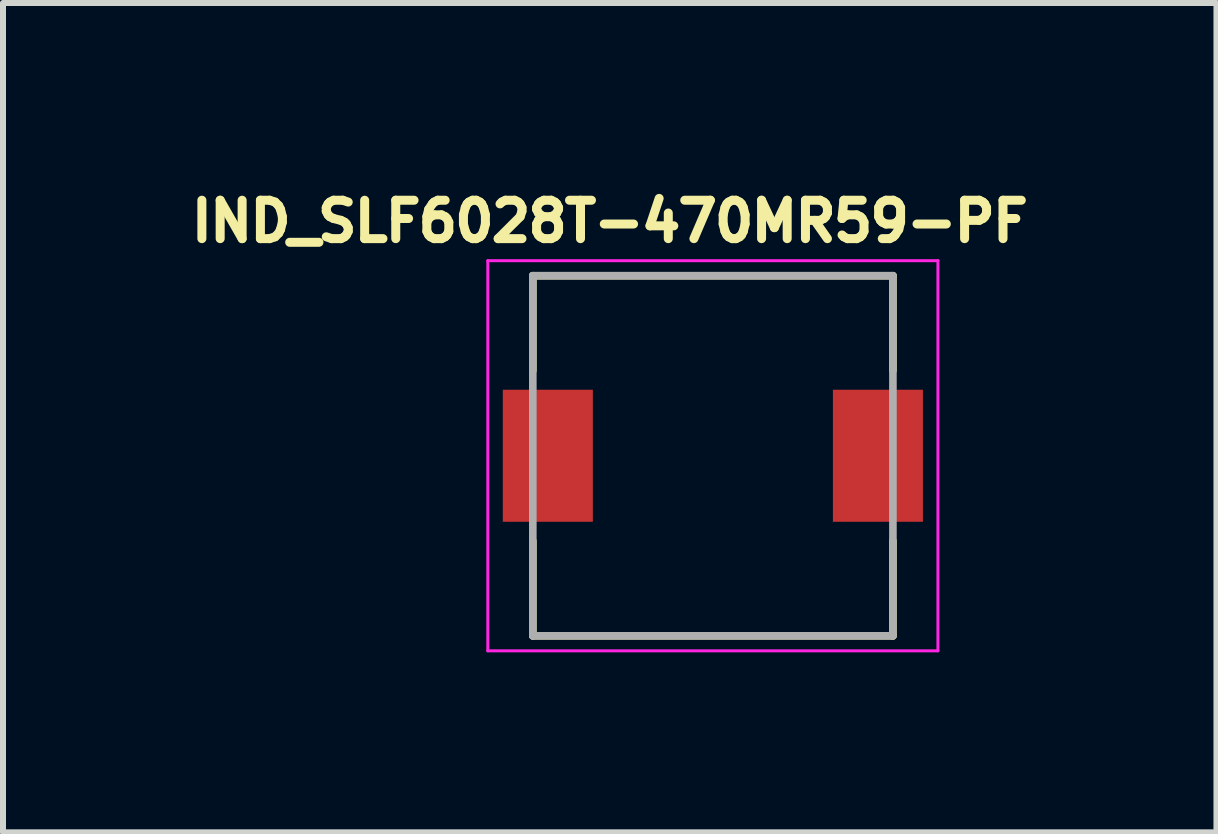
<source format=kicad_pcb>
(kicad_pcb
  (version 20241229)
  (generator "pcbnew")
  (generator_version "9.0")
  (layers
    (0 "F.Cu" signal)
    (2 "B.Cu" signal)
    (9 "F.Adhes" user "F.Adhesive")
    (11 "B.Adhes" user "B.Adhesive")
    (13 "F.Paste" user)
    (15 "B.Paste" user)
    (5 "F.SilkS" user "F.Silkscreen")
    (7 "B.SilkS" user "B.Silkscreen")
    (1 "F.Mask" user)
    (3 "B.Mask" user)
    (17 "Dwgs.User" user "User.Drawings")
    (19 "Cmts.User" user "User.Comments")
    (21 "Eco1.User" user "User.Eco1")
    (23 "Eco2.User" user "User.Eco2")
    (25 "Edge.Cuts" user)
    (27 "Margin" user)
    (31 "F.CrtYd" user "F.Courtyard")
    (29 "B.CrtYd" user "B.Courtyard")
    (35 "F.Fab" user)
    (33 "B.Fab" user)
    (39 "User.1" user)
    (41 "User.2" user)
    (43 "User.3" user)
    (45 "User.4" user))
  (footprint "IND_SLF6028T-470MR59-PF"
    (layer "F.Cu")
    (at 8.828 4.544)
    (property "Reference" "IND_SLF6028T-470MR59-PF" (at -1.718 -3.906 0) (layer "F.SilkS") (effects (font (size 0.64 0.64) (thickness 0.15))))
    (attr smd)
    (fp_line (start -3 -3) (end -3 -1.42) (stroke (width 0.127) (type solid)) (layer "F.SilkS"))
    (fp_line (start -3 -3) (end 3 -3) (stroke (width 0.127) (type solid)) (layer "F.SilkS"))
    (fp_line (start -3 3) (end -3 1.42) (stroke (width 0.127) (type solid)) (layer "F.SilkS"))
    (fp_line (start -3 3) (end 3 3) (stroke (width 0.127) (type solid)) (layer "F.SilkS"))
    (fp_line (start 3 -3) (end 3 -1.42) (stroke (width 0.127) (type solid)) (layer "F.SilkS"))
    (fp_line (start 3 3) (end 3 1.42) (stroke (width 0.127) (type solid)) (layer "F.SilkS"))
    (fp_line (start -3.75 -3.25) (end -3.75 3.25) (stroke (width 0.05) (type solid)) (layer "F.CrtYd"))
    (fp_line (start -3.75 3.25) (end 3.75 3.25) (stroke (width 0.05) (type solid)) (layer "F.CrtYd"))
    (fp_line (start 3.75 -3.25) (end -3.75 -3.25) (stroke (width 0.05) (type solid)) (layer "F.CrtYd"))
    (fp_line (start 3.75 3.25) (end 3.75 -3.25) (stroke (width 0.05) (type solid)) (layer "F.CrtYd"))
    (fp_line (start -3 -3) (end -3 3) (stroke (width 0.127) (type solid)) (layer "F.Fab"))
    (fp_line (start -3 -3) (end 3 -3) (stroke (width 0.127) (type solid)) (layer "F.Fab"))
    (fp_line (start -3 3) (end 3 3) (stroke (width 0.127) (type solid)) (layer "F.Fab"))
    (fp_line (start 3 -3) (end 3 3) (stroke (width 0.127) (type solid)) (layer "F.Fab"))
    (pad "1" smd rect (at -2.75 0) (size 1.5 2.2) (layers "F.Cu" "F.Mask" "F.Paste"))
    (pad "2" smd rect (at 2.75 0) (size 1.5 2.2) (layers "F.Cu" "F.Mask" "F.Paste")))
  (gr_rect
    (start -3 -3)
    (end 17.219 10.819)
    (stroke (width 0.1) (type default))
    (fill no)
    (layer "Edge.Cuts")))
</source>
